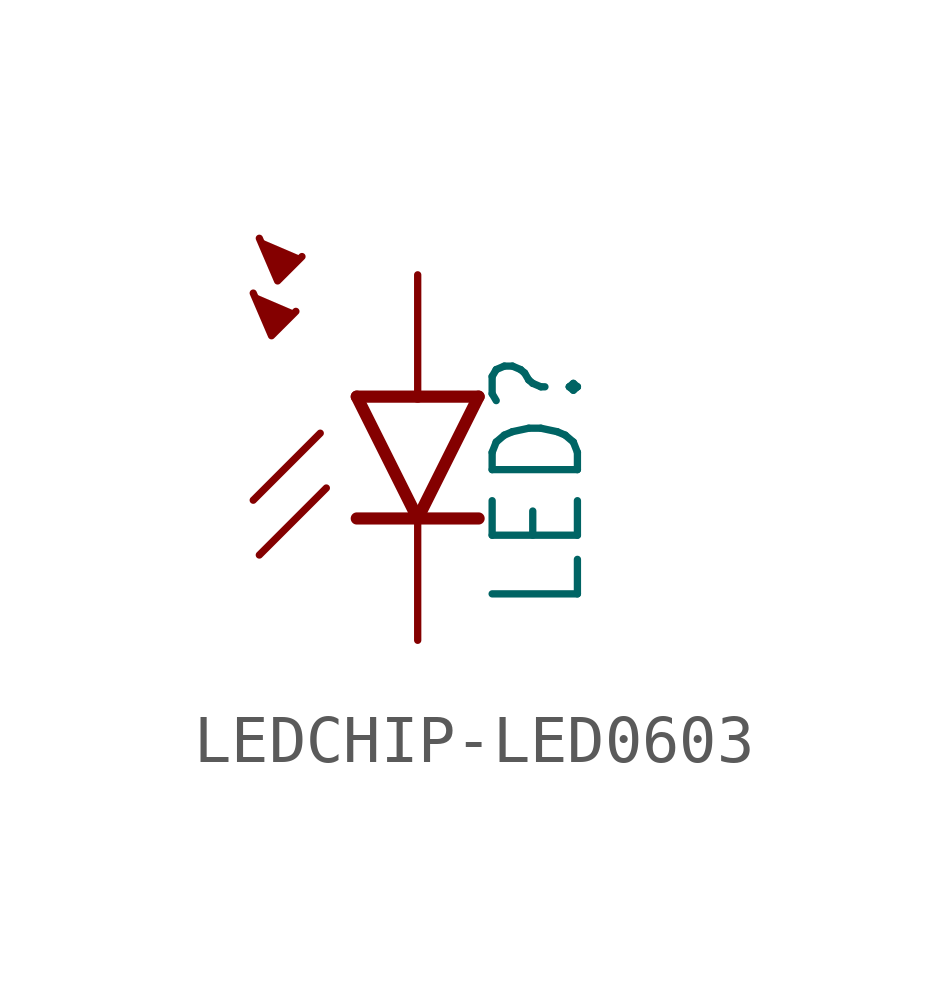
<source format=kicad_sym>
(kicad_symbol_lib
  (version 20241209)
  (generator "kicad_symbol_editor")
  (generator_version "9.0")
  (symbol "LEDCHIP-LED0603"
    (property "Reference" "LED"
      (at 3.556 -4.572 90)
      (effects (font (size 1.778 1.511)) (justify left bottom)))
    (property "Value" ""
      (at 5.715 -4.572 90)
      (effects (font (size 1.778 1.511)) (justify left bottom)))
    (property "ki_locked" ""
      (at 0 0 0)
      (effects (font (size 1.27 1.27))))
    (symbol "LEDCHIP-LED0603_1_0"
      (polyline (pts (xy -3.429 2.159) (xy -3.048 1.27) (xy -2.54 1.778)) (stroke (width 0.152) (type solid)) (fill (type outline)))
      (polyline (pts (xy -3.302 3.302) (xy -2.921 2.413) (xy -2.413 2.921)) (stroke (width 0.152) (type solid)) (fill (type outline)))
      (polyline (pts (xy -2.032 -0.762) (xy -3.429 -2.159)) (stroke (width 0.152) (type solid)) (fill (type none)))
      (polyline (pts (xy -1.905 -1.905) (xy -3.302 -3.302)) (stroke (width 0.152) (type solid)) (fill (type none)))
      (polyline (pts (xy 0 0) (xy -1.27 0)) (stroke (width 0.254) (type solid)) (fill (type none)))
      (polyline (pts (xy 0 -2.54) (xy -1.27 0)) (stroke (width 0.254) (type solid)) (fill (type none)))
      (polyline (pts (xy 0 -2.54) (xy -1.27 -2.54)) (stroke (width 0.254) (type solid)) (fill (type none)))
      (polyline (pts (xy 1.27 0) (xy 0 0)) (stroke (width 0.254) (type solid)) (fill (type none)))
      (polyline (pts (xy 1.27 0) (xy 0 -2.54)) (stroke (width 0.254) (type solid)) (fill (type none)))
      (polyline (pts (xy 1.27 -2.54) (xy 0 -2.54)) (stroke (width 0.254) (type solid)) (fill (type none)))
      (pin passive line (at 0 2.54 270) (length 2.54) (name "A" (effects (font (size 0 0)))) (number "A" (effects (font (size 0 0)))))
      (pin passive line (at 0 -5.08 90) (length 2.54) (name "C" (effects (font (size 0 0)))) (number "C" (effects (font (size 0 0))))))))
</source>
